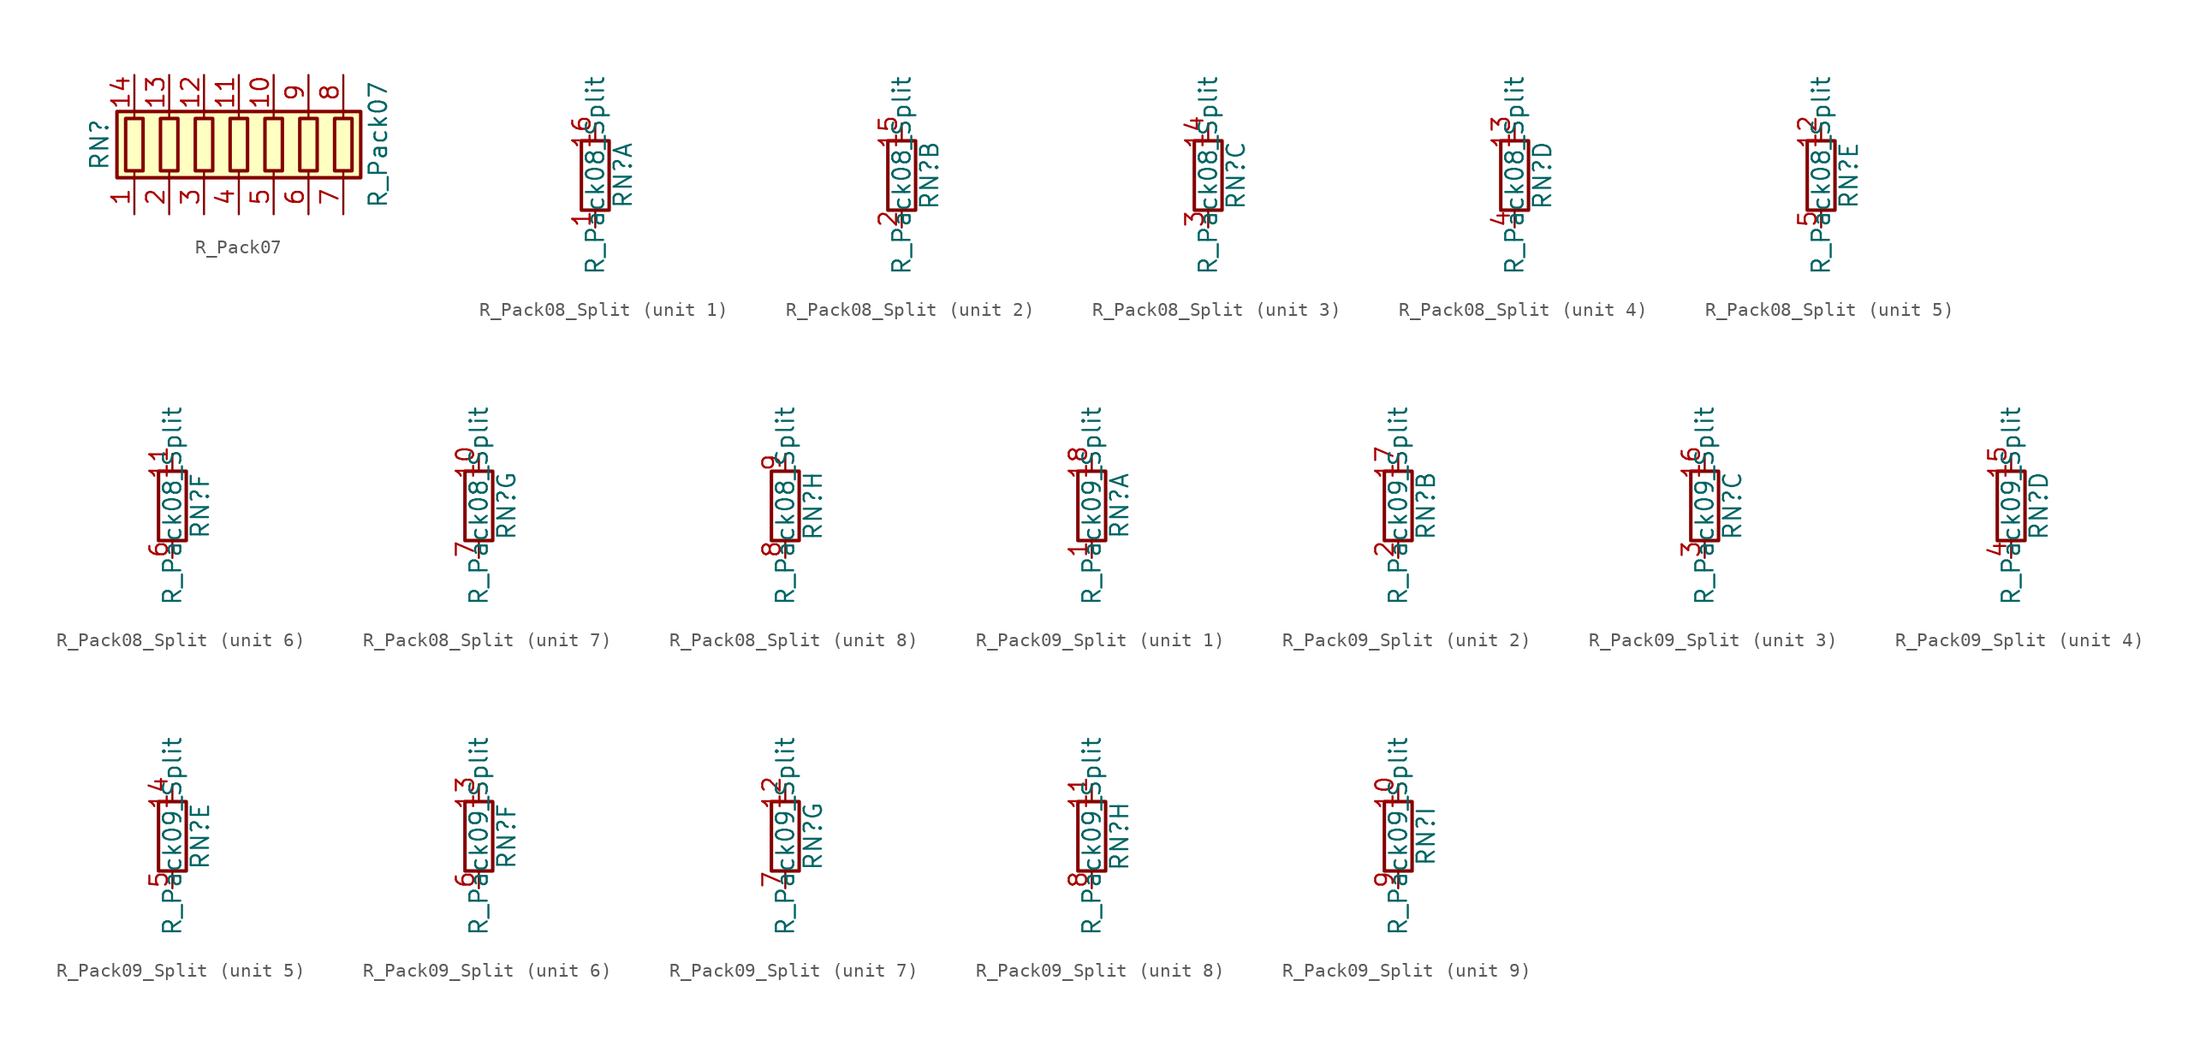
<source format=kicad_sym>
(kicad_symbol_lib
  (version 20211014)
  (generator kicad_symbol_editor)
  (symbol "R_Pack07"
    (pin_names
      (offset 0) hide)
    (property "Reference" "RN"
      (at -10.16 0 90)
      (effects (font (size 1.27 1.27))))
    (property "Value" "R_Pack07"
      (at 10.16 0 90)
      (effects (font (size 1.27 1.27))))
    (symbol "R_Pack07_0_1"
      (rectangle (start -8.89 -2.413) (end 8.89 2.413) (stroke (width 0.254) (type default) (color 0 0 0 0)) (fill (type background)))
      (rectangle (start -8.255 1.905) (end -6.985 -1.905) (stroke (width 0.254) (type default) (color 0 0 0 0)) (fill (type none)))
      (rectangle (start -5.715 1.905) (end -4.445 -1.905) (stroke (width 0.254) (type default) (color 0 0 0 0)) (fill (type none)))
      (rectangle (start -3.175 1.905) (end -1.905 -1.905) (stroke (width 0.254) (type default) (color 0 0 0 0)) (fill (type none)))
      (rectangle (start -0.635 1.905) (end 0.635 -1.905) (stroke (width 0.254) (type default) (color 0 0 0 0)) (fill (type none)))
      (polyline (pts (xy -7.62 -2.54) (xy -7.62 -1.905)) (stroke (width 0) (type default) (color 0 0 0 0)) (fill (type none)))
      (polyline (pts (xy -7.62 1.905) (xy -7.62 2.54)) (stroke (width 0) (type default) (color 0 0 0 0)) (fill (type none)))
      (polyline (pts (xy -5.08 -2.54) (xy -5.08 -1.905)) (stroke (width 0) (type default) (color 0 0 0 0)) (fill (type none)))
      (polyline (pts (xy -5.08 1.905) (xy -5.08 2.54)) (stroke (width 0) (type default) (color 0 0 0 0)) (fill (type none)))
      (polyline (pts (xy -2.54 -2.54) (xy -2.54 -1.905)) (stroke (width 0) (type default) (color 0 0 0 0)) (fill (type none)))
      (polyline (pts (xy -2.54 1.905) (xy -2.54 2.54)) (stroke (width 0) (type default) (color 0 0 0 0)) (fill (type none)))
      (polyline (pts (xy 0 -2.54) (xy 0 -1.905)) (stroke (width 0) (type default) (color 0 0 0 0)) (fill (type none)))
      (polyline (pts (xy 0 1.905) (xy 0 2.54)) (stroke (width 0) (type default) (color 0 0 0 0)) (fill (type none)))
      (polyline (pts (xy 2.54 -2.54) (xy 2.54 -1.905)) (stroke (width 0) (type default) (color 0 0 0 0)) (fill (type none)))
      (polyline (pts (xy 2.54 1.905) (xy 2.54 2.54)) (stroke (width 0) (type default) (color 0 0 0 0)) (fill (type none)))
      (polyline (pts (xy 5.08 -2.54) (xy 5.08 -1.905)) (stroke (width 0) (type default) (color 0 0 0 0)) (fill (type none)))
      (polyline (pts (xy 5.08 1.905) (xy 5.08 2.54)) (stroke (width 0) (type default) (color 0 0 0 0)) (fill (type none)))
      (polyline (pts (xy 7.62 -2.54) (xy 7.62 -1.905)) (stroke (width 0) (type default) (color 0 0 0 0)) (fill (type none)))
      (polyline (pts (xy 7.62 1.905) (xy 7.62 2.54)) (stroke (width 0) (type default) (color 0 0 0 0)) (fill (type none)))
      (rectangle (start 1.905 1.905) (end 3.175 -1.905) (stroke (width 0.254) (type default) (color 0 0 0 0)) (fill (type none)))
      (rectangle (start 4.445 1.905) (end 5.715 -1.905) (stroke (width 0.254) (type default) (color 0 0 0 0)) (fill (type none)))
      (rectangle (start 6.985 1.905) (end 8.255 -1.905) (stroke (width 0.254) (type default) (color 0 0 0 0)) (fill (type none))))
    (symbol "R_Pack07_1_1"
      (pin passive line (at -7.62 -5.08 90) (length 2.54) (name "R1.1" (effects (font (size 1.27 1.27)))) (number "1" (effects (font (size 1.27 1.27)))))
      (pin passive line (at 2.54 5.08 270) (length 2.54) (name "R5.2" (effects (font (size 1.27 1.27)))) (number "10" (effects (font (size 1.27 1.27)))))
      (pin passive line (at 0 5.08 270) (length 2.54) (name "R4.2" (effects (font (size 1.27 1.27)))) (number "11" (effects (font (size 1.27 1.27)))))
      (pin passive line (at -2.54 5.08 270) (length 2.54) (name "R3.2" (effects (font (size 1.27 1.27)))) (number "12" (effects (font (size 1.27 1.27)))))
      (pin passive line (at -5.08 5.08 270) (length 2.54) (name "R2.2" (effects (font (size 1.27 1.27)))) (number "13" (effects (font (size 1.27 1.27)))))
      (pin passive line (at -7.62 5.08 270) (length 2.54) (name "R1.2" (effects (font (size 1.27 1.27)))) (number "14" (effects (font (size 1.27 1.27)))))
      (pin passive line (at -5.08 -5.08 90) (length 2.54) (name "R2.1" (effects (font (size 1.27 1.27)))) (number "2" (effects (font (size 1.27 1.27)))))
      (pin passive line (at -2.54 -5.08 90) (length 2.54) (name "R3.1" (effects (font (size 1.27 1.27)))) (number "3" (effects (font (size 1.27 1.27)))))
      (pin passive line (at 0 -5.08 90) (length 2.54) (name "R4.1" (effects (font (size 1.27 1.27)))) (number "4" (effects (font (size 1.27 1.27)))))
      (pin passive line (at 2.54 -5.08 90) (length 2.54) (name "R5.1" (effects (font (size 1.27 1.27)))) (number "5" (effects (font (size 1.27 1.27)))))
      (pin passive line (at 5.08 -5.08 90) (length 2.54) (name "R6.1" (effects (font (size 1.27 1.27)))) (number "6" (effects (font (size 1.27 1.27)))))
      (pin passive line (at 7.62 -5.08 90) (length 2.54) (name "R7.1" (effects (font (size 1.27 1.27)))) (number "7" (effects (font (size 1.27 1.27)))))
      (pin passive line (at 7.62 5.08 270) (length 2.54) (name "R7.2" (effects (font (size 1.27 1.27)))) (number "8" (effects (font (size 1.27 1.27)))))
      (pin passive line (at 5.08 5.08 270) (length 2.54) (name "R6.2" (effects (font (size 1.27 1.27)))) (number "9" (effects (font (size 1.27 1.27)))))))
  (symbol "R_Pack08_Split"
    (pin_names
      (offset 0) hide)
    (property "Reference" "RN"
      (at 2.032 0 90)
      (effects (font (size 1.27 1.27))))
    (property "Value" "R_Pack08_Split"
      (at 0 0 90)
      (effects (font (size 1.27 1.27))))
    (symbol "R_Pack08_Split_0_1"
      (rectangle (start 1.016 2.54) (end -1.016 -2.54) (stroke (width 0.254) (type default) (color 0 0 0 0)) (fill (type none))))
    (symbol "R_Pack08_Split_1_1"
      (pin passive line (at 0 -3.81 90) (length 1.27) (name "R1.1" (effects (font (size 1.27 1.27)))) (number "1" (effects (font (size 1.27 1.27)))))
      (pin passive line (at 0 3.81 270) (length 1.27) (name "R1.2" (effects (font (size 1.27 1.27)))) (number "16" (effects (font (size 1.27 1.27))))))
    (symbol "R_Pack08_Split_2_1"
      (pin passive line (at 0 3.81 270) (length 1.27) (name "R2.2" (effects (font (size 1.27 1.27)))) (number "15" (effects (font (size 1.27 1.27)))))
      (pin passive line (at 0 -3.81 90) (length 1.27) (name "R2.1" (effects (font (size 1.27 1.27)))) (number "2" (effects (font (size 1.27 1.27))))))
    (symbol "R_Pack08_Split_3_1"
      (pin passive line (at 0 3.81 270) (length 1.27) (name "R3.2" (effects (font (size 1.27 1.27)))) (number "14" (effects (font (size 1.27 1.27)))))
      (pin passive line (at 0 -3.81 90) (length 1.27) (name "R3.1" (effects (font (size 1.27 1.27)))) (number "3" (effects (font (size 1.27 1.27))))))
    (symbol "R_Pack08_Split_4_1"
      (pin passive line (at 0 3.81 270) (length 1.27) (name "R4.2" (effects (font (size 1.27 1.27)))) (number "13" (effects (font (size 1.27 1.27)))))
      (pin passive line (at 0 -3.81 90) (length 1.27) (name "R4.1" (effects (font (size 1.27 1.27)))) (number "4" (effects (font (size 1.27 1.27))))))
    (symbol "R_Pack08_Split_5_1"
      (pin passive line (at 0 3.81 270) (length 1.27) (name "R5.2" (effects (font (size 1.27 1.27)))) (number "12" (effects (font (size 1.27 1.27)))))
      (pin passive line (at 0 -3.81 90) (length 1.27) (name "R5.1" (effects (font (size 1.27 1.27)))) (number "5" (effects (font (size 1.27 1.27))))))
    (symbol "R_Pack08_Split_6_1"
      (pin passive line (at 0 3.81 270) (length 1.27) (name "R6.2" (effects (font (size 1.27 1.27)))) (number "11" (effects (font (size 1.27 1.27)))))
      (pin passive line (at 0 -3.81 90) (length 1.27) (name "R6.1" (effects (font (size 1.27 1.27)))) (number "6" (effects (font (size 1.27 1.27))))))
    (symbol "R_Pack08_Split_7_1"
      (pin passive line (at 0 3.81 270) (length 1.27) (name "R7.2" (effects (font (size 1.27 1.27)))) (number "10" (effects (font (size 1.27 1.27)))))
      (pin passive line (at 0 -3.81 90) (length 1.27) (name "R7.1" (effects (font (size 1.27 1.27)))) (number "7" (effects (font (size 1.27 1.27))))))
    (symbol "R_Pack08_Split_8_1"
      (pin passive line (at 0 -3.81 90) (length 1.27) (name "R8.1" (effects (font (size 1.27 1.27)))) (number "8" (effects (font (size 1.27 1.27)))))
      (pin passive line (at 0 3.81 270) (length 1.27) (name "R8.2" (effects (font (size 1.27 1.27)))) (number "9" (effects (font (size 1.27 1.27)))))))
  (symbol "R_Pack09_Split"
    (pin_names
      (offset 0) hide)
    (property "Reference" "RN"
      (at 2.032 0 90)
      (effects (font (size 1.27 1.27))))
    (property "Value" "R_Pack09_Split"
      (at 0 0 90)
      (effects (font (size 1.27 1.27))))
    (symbol "R_Pack09_Split_0_1"
      (rectangle (start 1.016 2.54) (end -1.016 -2.54) (stroke (width 0.254) (type default) (color 0 0 0 0)) (fill (type none))))
    (symbol "R_Pack09_Split_1_1"
      (pin passive line (at 0 -3.81 90) (length 1.27) (name "R1.1" (effects (font (size 1.27 1.27)))) (number "1" (effects (font (size 1.27 1.27)))))
      (pin passive line (at 0 3.81 270) (length 1.27) (name "R1.2" (effects (font (size 1.27 1.27)))) (number "18" (effects (font (size 1.27 1.27))))))
    (symbol "R_Pack09_Split_2_1"
      (pin passive line (at 0 3.81 270) (length 1.27) (name "R2.2" (effects (font (size 1.27 1.27)))) (number "17" (effects (font (size 1.27 1.27)))))
      (pin passive line (at 0 -3.81 90) (length 1.27) (name "R2.1" (effects (font (size 1.27 1.27)))) (number "2" (effects (font (size 1.27 1.27))))))
    (symbol "R_Pack09_Split_3_1"
      (pin passive line (at 0 3.81 270) (length 1.27) (name "R3.2" (effects (font (size 1.27 1.27)))) (number "16" (effects (font (size 1.27 1.27)))))
      (pin passive line (at 0 -3.81 90) (length 1.27) (name "R3.1" (effects (font (size 1.27 1.27)))) (number "3" (effects (font (size 1.27 1.27))))))
    (symbol "R_Pack09_Split_4_1"
      (pin passive line (at 0 3.81 270) (length 1.27) (name "R4.2" (effects (font (size 1.27 1.27)))) (number "15" (effects (font (size 1.27 1.27)))))
      (pin passive line (at 0 -3.81 90) (length 1.27) (name "R4.1" (effects (font (size 1.27 1.27)))) (number "4" (effects (font (size 1.27 1.27))))))
    (symbol "R_Pack09_Split_5_1"
      (pin passive line (at 0 3.81 270) (length 1.27) (name "R5.2" (effects (font (size 1.27 1.27)))) (number "14" (effects (font (size 1.27 1.27)))))
      (pin passive line (at 0 -3.81 90) (length 1.27) (name "R5.1" (effects (font (size 1.27 1.27)))) (number "5" (effects (font (size 1.27 1.27))))))
    (symbol "R_Pack09_Split_6_1"
      (pin passive line (at 0 3.81 270) (length 1.27) (name "R6.2" (effects (font (size 1.27 1.27)))) (number "13" (effects (font (size 1.27 1.27)))))
      (pin passive line (at 0 -3.81 90) (length 1.27) (name "R6.1" (effects (font (size 1.27 1.27)))) (number "6" (effects (font (size 1.27 1.27))))))
    (symbol "R_Pack09_Split_7_1"
      (pin passive line (at 0 3.81 270) (length 1.27) (name "R7.2" (effects (font (size 1.27 1.27)))) (number "12" (effects (font (size 1.27 1.27)))))
      (pin passive line (at 0 -3.81 90) (length 1.27) (name "R7.1" (effects (font (size 1.27 1.27)))) (number "7" (effects (font (size 1.27 1.27))))))
    (symbol "R_Pack09_Split_8_1"
      (pin passive line (at 0 3.81 270) (length 1.27) (name "R8.2" (effects (font (size 1.27 1.27)))) (number "11" (effects (font (size 1.27 1.27)))))
      (pin passive line (at 0 -3.81 90) (length 1.27) (name "R8.1" (effects (font (size 1.27 1.27)))) (number "8" (effects (font (size 1.27 1.27))))))
    (symbol "R_Pack09_Split_9_1"
      (pin passive line (at 0 3.81 270) (length 1.27) (name "R9.2" (effects (font (size 1.27 1.27)))) (number "10" (effects (font (size 1.27 1.27)))))
      (pin passive line (at 0 -3.81 90) (length 1.27) (name "R9.1" (effects (font (size 1.27 1.27)))) (number "9" (effects (font (size 1.27 1.27))))))))
</source>
